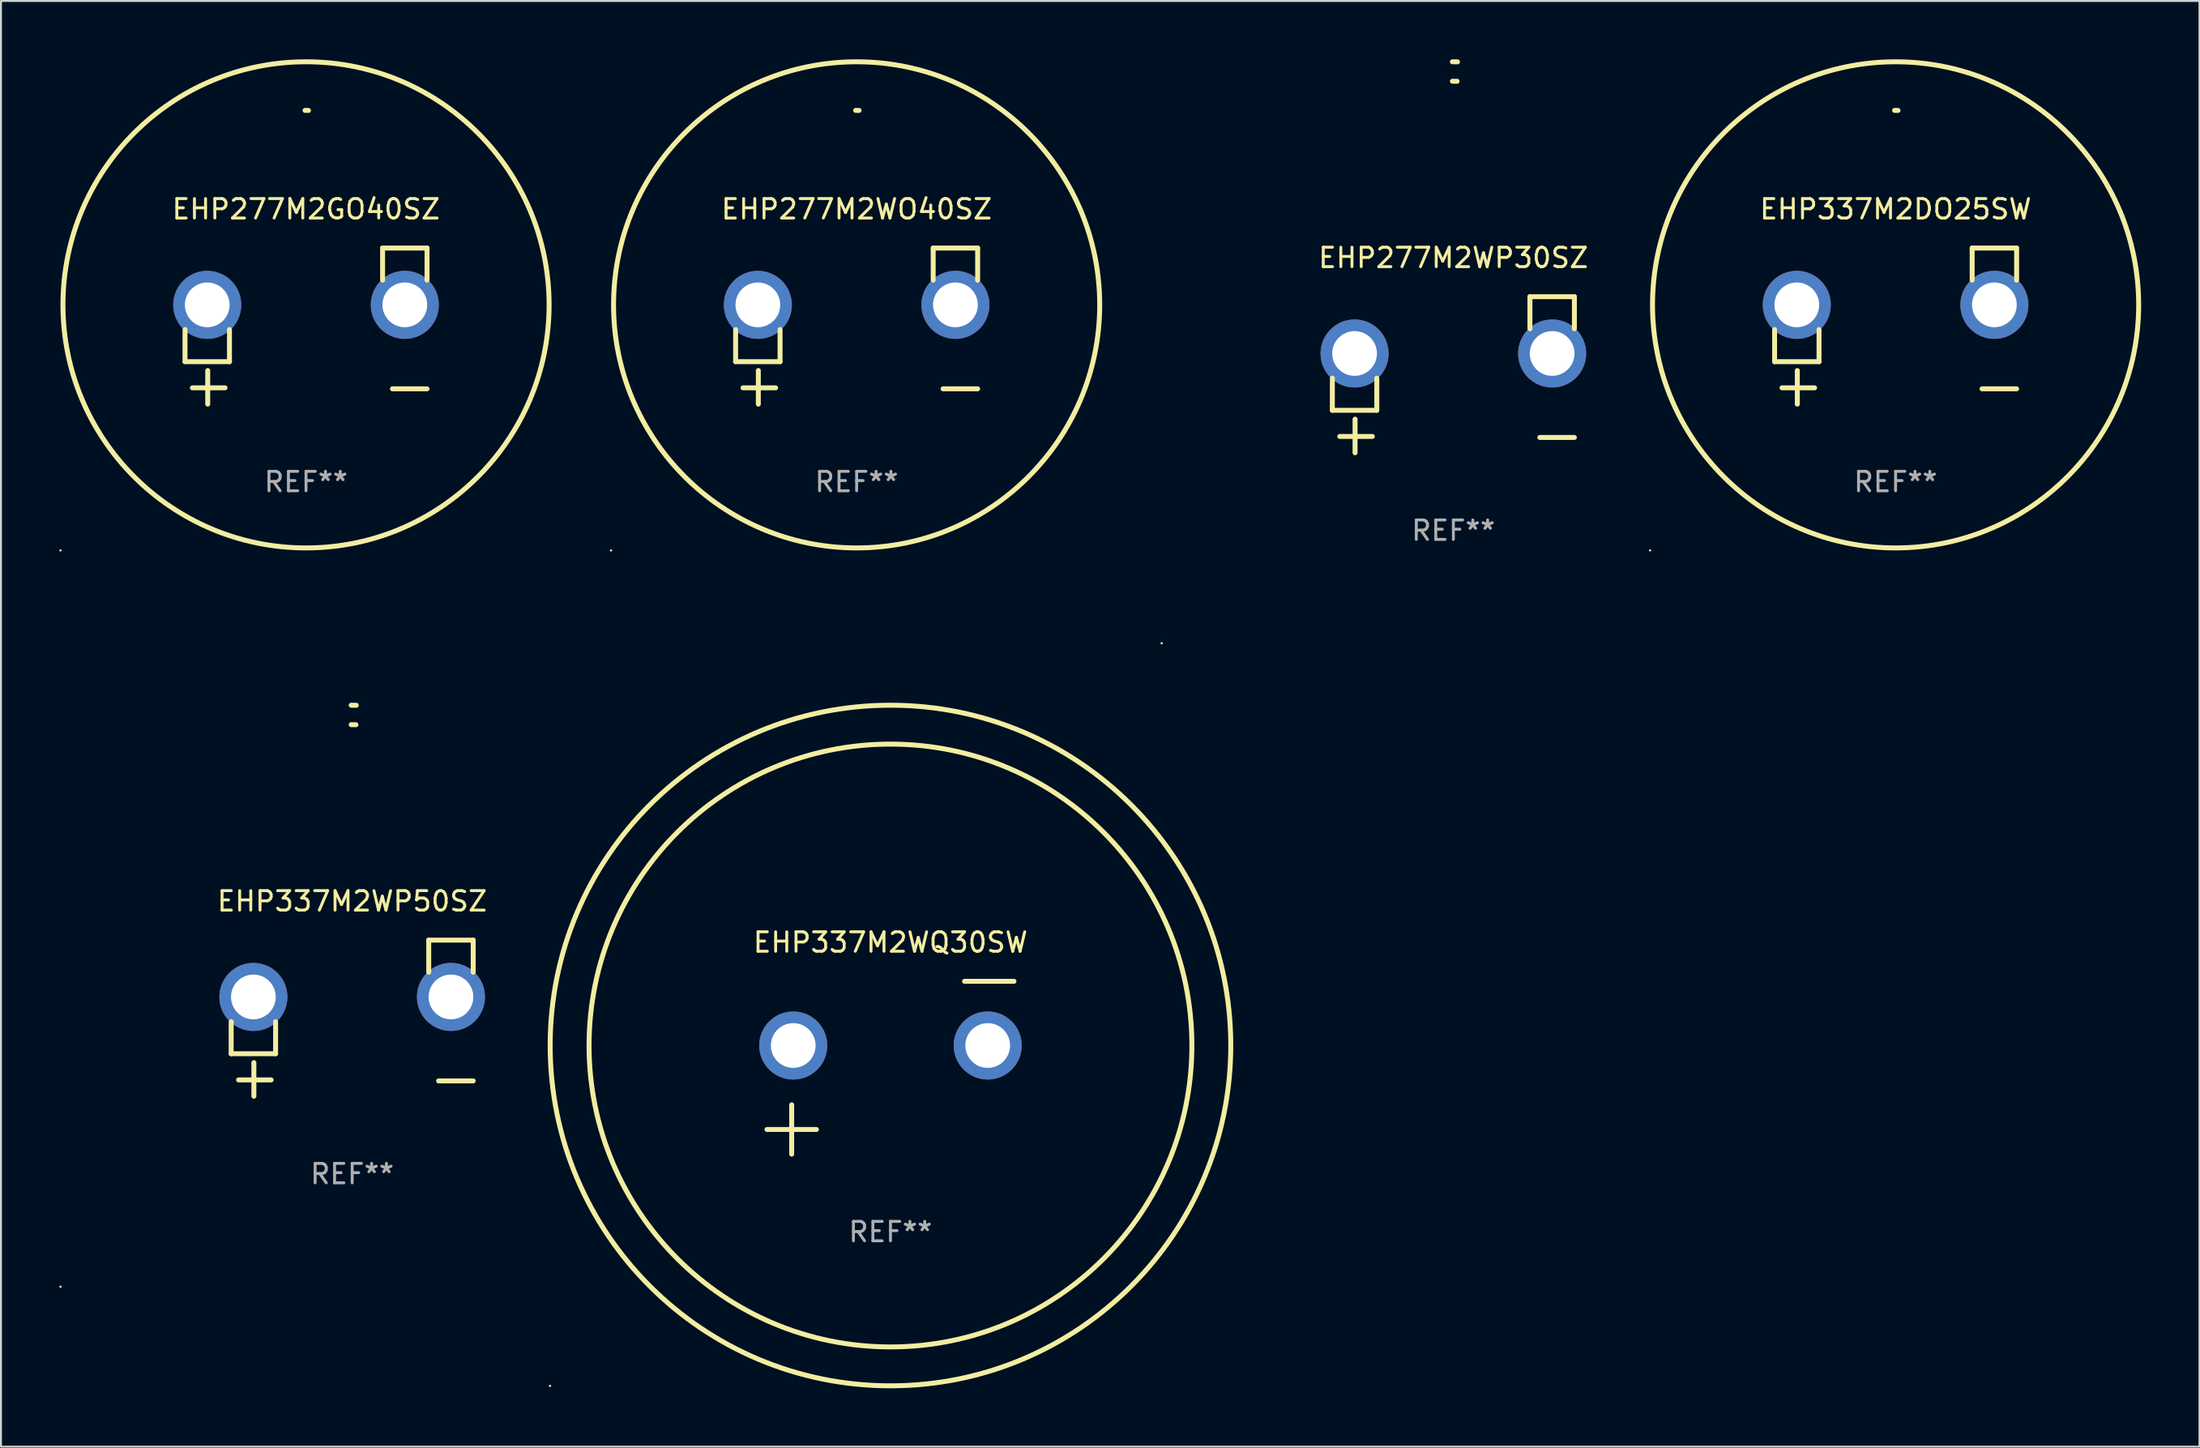
<source format=kicad_pcb>
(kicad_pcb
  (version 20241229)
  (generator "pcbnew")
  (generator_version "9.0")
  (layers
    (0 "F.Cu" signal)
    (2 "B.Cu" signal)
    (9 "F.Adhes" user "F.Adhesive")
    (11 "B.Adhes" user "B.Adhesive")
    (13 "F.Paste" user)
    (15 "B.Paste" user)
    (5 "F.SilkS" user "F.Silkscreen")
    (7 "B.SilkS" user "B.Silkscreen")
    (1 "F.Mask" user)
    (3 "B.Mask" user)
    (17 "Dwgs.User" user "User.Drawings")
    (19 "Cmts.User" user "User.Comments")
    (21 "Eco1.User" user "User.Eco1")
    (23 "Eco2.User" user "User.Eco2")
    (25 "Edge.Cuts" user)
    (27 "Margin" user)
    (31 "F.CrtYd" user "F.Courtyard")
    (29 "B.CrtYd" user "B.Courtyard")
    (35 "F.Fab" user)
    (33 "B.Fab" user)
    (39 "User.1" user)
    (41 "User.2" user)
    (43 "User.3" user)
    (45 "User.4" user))
  (footprint "EHP337M2DO25SW"
    (layer "F.Cu")
    (at 94.428 13.719)
    (property "Reference" "EHP337M2DO25SW" (at 0 -6.013 0) (layer "F.SilkS") (effects (font (size 1 1) (thickness 0.15))))
    (attr through_hole)
    (fp_line (start -6.223 0.178) (end -6.223 1.829) (stroke (width 0.254) (type solid)) (layer "F.SilkS"))
    (fp_line (start -6.223 1.829) (end -3.937 1.829) (stroke (width 0.254) (type solid)) (layer "F.SilkS"))
    (fp_line (start -5.055 4.013) (end -5.055 2.286) (stroke (width 0.254) (type solid)) (layer "F.SilkS"))
    (fp_line (start -4.166 3.175) (end -5.842 3.175) (stroke (width 0.254) (type solid)) (layer "F.SilkS"))
    (fp_line (start -3.937 1.829) (end -3.937 0.178) (stroke (width 0.254) (type solid)) (layer "F.SilkS"))
    (fp_line (start 3.937 -4.013) (end 3.937 -2.362) (stroke (width 0.254) (type solid)) (layer "F.SilkS"))
    (fp_line (start 6.223 -4.013) (end 3.937 -4.013) (stroke (width 0.254) (type solid)) (layer "F.SilkS"))
    (fp_line (start 6.223 -2.362) (end 6.223 -4.013) (stroke (width 0.254) (type solid)) (layer "F.SilkS"))
    (fp_line (start 6.223 3.226) (end 4.445 3.226) (stroke (width 0.254) (type solid)) (layer "F.SilkS"))
    (fp_arc (start -0.0508 -11.092202) (mid 0.036835 -11.091307) (end 0.12446 -11.089662) (stroke (width 0.254001) (type solid)) (layer "F.SilkS"))
    (fp_circle (center -12.627 11.535) (end -12.597 11.535) (stroke (width 0.06) (type solid)) (fill no) (layer "F.SilkS"))
    (fp_circle (center 0 -1.092) (end 12.5 -1.092) (stroke (width 0.254) (type solid)) (fill no) (layer "F.SilkS"))
    (fp_text user "REF**" (at 0 8.013 0) (layer "F.Fab") (effects (font (size 1 1) (thickness 0.15))))
    (pad "1" thru_hole circle (at -5.08 -1.092) (size 3.5 3.5) (drill 2.3) (layers "*.Cu" "*.Mask"))
    (pad "2" thru_hole circle (at 5.08 -1.092) (size 3.5 3.5) (drill 2.3) (layers "*.Cu" "*.Mask")))
  (footprint "EHP337M2WP50SZ"
    (layer "F.Cu")
    (at 15.06 49.309)
    (property "Reference" "EHP337M2WP50SZ" (at 0 -6.013 0) (layer "F.SilkS") (effects (font (size 1 1) (thickness 0.15))))
    (attr through_hole)
    (fp_line (start -6.223 0.178) (end -6.223 1.829) (stroke (width 0.254) (type solid)) (layer "F.SilkS"))
    (fp_line (start -6.223 1.829) (end -3.937 1.829) (stroke (width 0.254) (type solid)) (layer "F.SilkS"))
    (fp_line (start -5.055 4.013) (end -5.055 2.286) (stroke (width 0.254) (type solid)) (layer "F.SilkS"))
    (fp_line (start -4.166 3.175) (end -5.842 3.175) (stroke (width 0.254) (type solid)) (layer "F.SilkS"))
    (fp_line (start -3.937 1.829) (end -3.937 0.178) (stroke (width 0.254) (type solid)) (layer "F.SilkS"))
    (fp_line (start 3.937 -4.013) (end 3.937 -2.362) (stroke (width 0.254) (type solid)) (layer "F.SilkS"))
    (fp_line (start 6.223 -4.013) (end 3.937 -4.013) (stroke (width 0.254) (type solid)) (layer "F.SilkS"))
    (fp_line (start 6.223 -2.362) (end 6.223 -4.013) (stroke (width 0.254) (type solid)) (layer "F.SilkS"))
    (fp_line (start 6.223 3.226) (end 4.445 3.226) (stroke (width 0.254) (type solid)) (layer "F.SilkS"))
    (fp_arc (start -0.0508 -16.093472) (mid 0.080016 -16.092762) (end 0.210821 -16.090932) (stroke (width 0.254001) (type solid)) (layer "F.SilkS"))
    (fp_arc (start -0.0508 -15.09271) (mid 0.071125 -15.091961) (end 0.19304 -15.09017) (stroke (width 0.254001) (type solid)) (layer "F.SilkS"))
    (fp_circle (center -15 13.808) (end -14.97 13.808) (stroke (width 0.06) (type solid)) (fill no) (layer "F.SilkS"))
    (fp_text user "REF**" (at 0 8.013 0) (layer "F.Fab") (effects (font (size 1 1) (thickness 0.15))))
    (pad "1" thru_hole circle (at -5.08 -1.092) (size 3.5 3.5) (drill 2.3) (layers "*.Cu" "*.Mask"))
    (pad "2" thru_hole circle (at 5.08 -1.092) (size 3.5 3.5) (drill 2.3) (layers "*.Cu" "*.Mask")))
  (footprint "EHP277M2WO40SZ"
    (layer "F.Cu")
    (at 41.001 13.719)
    (property "Reference" "EHP277M2WO40SZ" (at 0 -6.013 0) (layer "F.SilkS") (effects (font (size 1 1) (thickness 0.15))))
    (attr through_hole)
    (fp_line (start -6.223 0.178) (end -6.223 1.829) (stroke (width 0.254) (type solid)) (layer "F.SilkS"))
    (fp_line (start -6.223 1.829) (end -3.937 1.829) (stroke (width 0.254) (type solid)) (layer "F.SilkS"))
    (fp_line (start -5.055 4.013) (end -5.055 2.286) (stroke (width 0.254) (type solid)) (layer "F.SilkS"))
    (fp_line (start -4.166 3.175) (end -5.842 3.175) (stroke (width 0.254) (type solid)) (layer "F.SilkS"))
    (fp_line (start -3.937 1.829) (end -3.937 0.178) (stroke (width 0.254) (type solid)) (layer "F.SilkS"))
    (fp_line (start 3.937 -4.013) (end 3.937 -2.362) (stroke (width 0.254) (type solid)) (layer "F.SilkS"))
    (fp_line (start 6.223 -4.013) (end 3.937 -4.013) (stroke (width 0.254) (type solid)) (layer "F.SilkS"))
    (fp_line (start 6.223 -2.362) (end 6.223 -4.013) (stroke (width 0.254) (type solid)) (layer "F.SilkS"))
    (fp_line (start 6.223 3.226) (end 4.445 3.226) (stroke (width 0.254) (type solid)) (layer "F.SilkS"))
    (fp_arc (start -0.0508 -11.092202) (mid 0.036835 -11.091307) (end 0.12446 -11.089662) (stroke (width 0.254001) (type solid)) (layer "F.SilkS"))
    (fp_circle (center -12.627 11.535) (end -12.597 11.535) (stroke (width 0.06) (type solid)) (fill no) (layer "F.SilkS"))
    (fp_circle (center 0 -1.092) (end 12.5 -1.092) (stroke (width 0.254) (type solid)) (fill no) (layer "F.SilkS"))
    (fp_text user "REF**" (at 0 8.013 0) (layer "F.Fab") (effects (font (size 1 1) (thickness 0.15))))
    (pad "1" thru_hole circle (at -5.08 -1.092) (size 3.5 3.5) (drill 2.3) (layers "*.Cu" "*.Mask"))
    (pad "2" thru_hole circle (at 5.08 -1.092) (size 3.5 3.5) (drill 2.3) (layers "*.Cu" "*.Mask")))
  (footprint "EHP277M2WP30SZ"
    (layer "F.Cu")
    (at 71.687 16.22)
    (property "Reference" "EHP277M2WP30SZ" (at 0 -6.013 0) (layer "F.SilkS") (effects (font (size 1 1) (thickness 0.15))))
    (attr through_hole)
    (fp_line (start -6.223 0.178) (end -6.223 1.829) (stroke (width 0.254) (type solid)) (layer "F.SilkS"))
    (fp_line (start -6.223 1.829) (end -3.937 1.829) (stroke (width 0.254) (type solid)) (layer "F.SilkS"))
    (fp_line (start -5.055 4.013) (end -5.055 2.286) (stroke (width 0.254) (type solid)) (layer "F.SilkS"))
    (fp_line (start -4.166 3.175) (end -5.842 3.175) (stroke (width 0.254) (type solid)) (layer "F.SilkS"))
    (fp_line (start -3.937 1.829) (end -3.937 0.178) (stroke (width 0.254) (type solid)) (layer "F.SilkS"))
    (fp_line (start 3.937 -4.013) (end 3.937 -2.362) (stroke (width 0.254) (type solid)) (layer "F.SilkS"))
    (fp_line (start 6.223 -4.013) (end 3.937 -4.013) (stroke (width 0.254) (type solid)) (layer "F.SilkS"))
    (fp_line (start 6.223 -2.362) (end 6.223 -4.013) (stroke (width 0.254) (type solid)) (layer "F.SilkS"))
    (fp_line (start 6.223 3.226) (end 4.445 3.226) (stroke (width 0.254) (type solid)) (layer "F.SilkS"))
    (fp_arc (start -0.0508 -16.093472) (mid 0.080016 -16.092762) (end 0.210821 -16.090932) (stroke (width 0.254001) (type solid)) (layer "F.SilkS"))
    (fp_arc (start -0.0508 -15.09271) (mid 0.071125 -15.091961) (end 0.19304 -15.09017) (stroke (width 0.254001) (type solid)) (layer "F.SilkS"))
    (fp_circle (center -15 13.808) (end -14.97 13.808) (stroke (width 0.06) (type solid)) (fill no) (layer "F.SilkS"))
    (fp_text user "REF**" (at 0 8.013 0) (layer "F.Fab") (effects (font (size 1 1) (thickness 0.15))))
    (pad "1" thru_hole circle (at -5.08 -1.092) (size 3.5 3.5) (drill 2.3) (layers "*.Cu" "*.Mask"))
    (pad "2" thru_hole circle (at 5.08 -1.092) (size 3.5 3.5) (drill 2.3) (layers "*.Cu" "*.Mask")))
  (footprint "EHP337M2WQ30SW"
    (layer "F.Cu")
    (at 42.741 51.858)
    (property "Reference" "EHP337M2WQ30SW" (at 0 -6.445 0) (layer "F.SilkS") (effects (font (size 1 1) (thickness 0.15))))
    (attr through_hole)
    (fp_line (start -6.35 3.175) (end -3.81 3.175) (stroke (width 0.254) (type solid)) (layer "F.SilkS"))
    (fp_line (start -5.08 1.905) (end -5.08 4.445) (stroke (width 0.254) (type solid)) (layer "F.SilkS"))
    (fp_line (start 3.81 -4.445) (end 6.35 -4.445) (stroke (width 0.254) (type solid)) (layer "F.SilkS"))
    (fp_circle (center -17.505 16.362) (end -17.475 16.362) (stroke (width 0.06) (type solid)) (fill no) (layer "F.SilkS"))
    (fp_circle (center 0 -1.143) (end 15.5 -1.143) (stroke (width 0.254) (type solid)) (fill no) (layer "F.SilkS"))
    (fp_circle (center 0 -1.143) (end 17.5 -1.143) (stroke (width 0.254) (type solid)) (fill no) (layer "F.SilkS"))
    (fp_text user "REF**" (at 0 8.445 0) (layer "F.Fab") (effects (font (size 1 1) (thickness 0.15))))
    (pad "1" thru_hole circle (at -5 -1.143) (size 3.5 3.5) (drill 2.3) (layers "*.Cu" "*.Mask"))
    (pad "2" thru_hole circle (at 5 -1.143) (size 3.5 3.5) (drill 2.3) (layers "*.Cu" "*.Mask")))
  (footprint "EHP277M2GO40SZ"
    (layer "F.Cu")
    (at 12.687 13.719)
    (property "Reference" "EHP277M2GO40SZ" (at 0 -6.013 0) (layer "F.SilkS") (effects (font (size 1 1) (thickness 0.15))))
    (attr through_hole)
    (fp_line (start -6.223 0.178) (end -6.223 1.829) (stroke (width 0.254) (type solid)) (layer "F.SilkS"))
    (fp_line (start -6.223 1.829) (end -3.937 1.829) (stroke (width 0.254) (type solid)) (layer "F.SilkS"))
    (fp_line (start -5.055 4.013) (end -5.055 2.286) (stroke (width 0.254) (type solid)) (layer "F.SilkS"))
    (fp_line (start -4.166 3.175) (end -5.842 3.175) (stroke (width 0.254) (type solid)) (layer "F.SilkS"))
    (fp_line (start -3.937 1.829) (end -3.937 0.178) (stroke (width 0.254) (type solid)) (layer "F.SilkS"))
    (fp_line (start 3.937 -4.013) (end 3.937 -2.362) (stroke (width 0.254) (type solid)) (layer "F.SilkS"))
    (fp_line (start 6.223 -4.013) (end 3.937 -4.013) (stroke (width 0.254) (type solid)) (layer "F.SilkS"))
    (fp_line (start 6.223 -2.362) (end 6.223 -4.013) (stroke (width 0.254) (type solid)) (layer "F.SilkS"))
    (fp_line (start 6.223 3.226) (end 4.445 3.226) (stroke (width 0.254) (type solid)) (layer "F.SilkS"))
    (fp_arc (start -0.0508 -11.092202) (mid 0.036835 -11.091307) (end 0.12446 -11.089662) (stroke (width 0.254001) (type solid)) (layer "F.SilkS"))
    (fp_circle (center -12.627 11.535) (end -12.597 11.535) (stroke (width 0.06) (type solid)) (fill no) (layer "F.SilkS"))
    (fp_circle (center 0 -1.092) (end 12.5 -1.092) (stroke (width 0.254) (type solid)) (fill no) (layer "F.SilkS"))
    (fp_text user "REF**" (at 0 8.013 0) (layer "F.Fab") (effects (font (size 1 1) (thickness 0.15))))
    (pad "1" thru_hole circle (at -5.08 -1.092) (size 3.5 3.5) (drill 2.3) (layers "*.Cu" "*.Mask"))
    (pad "2" thru_hole circle (at 5.08 -1.092) (size 3.5 3.5) (drill 2.3) (layers "*.Cu" "*.Mask")))
  (gr_rect
    (start -3 -3)
    (end 110.055 71.343)
    (stroke (width 0.1) (type default))
    (fill no)
    (layer "Edge.Cuts")))
</source>
